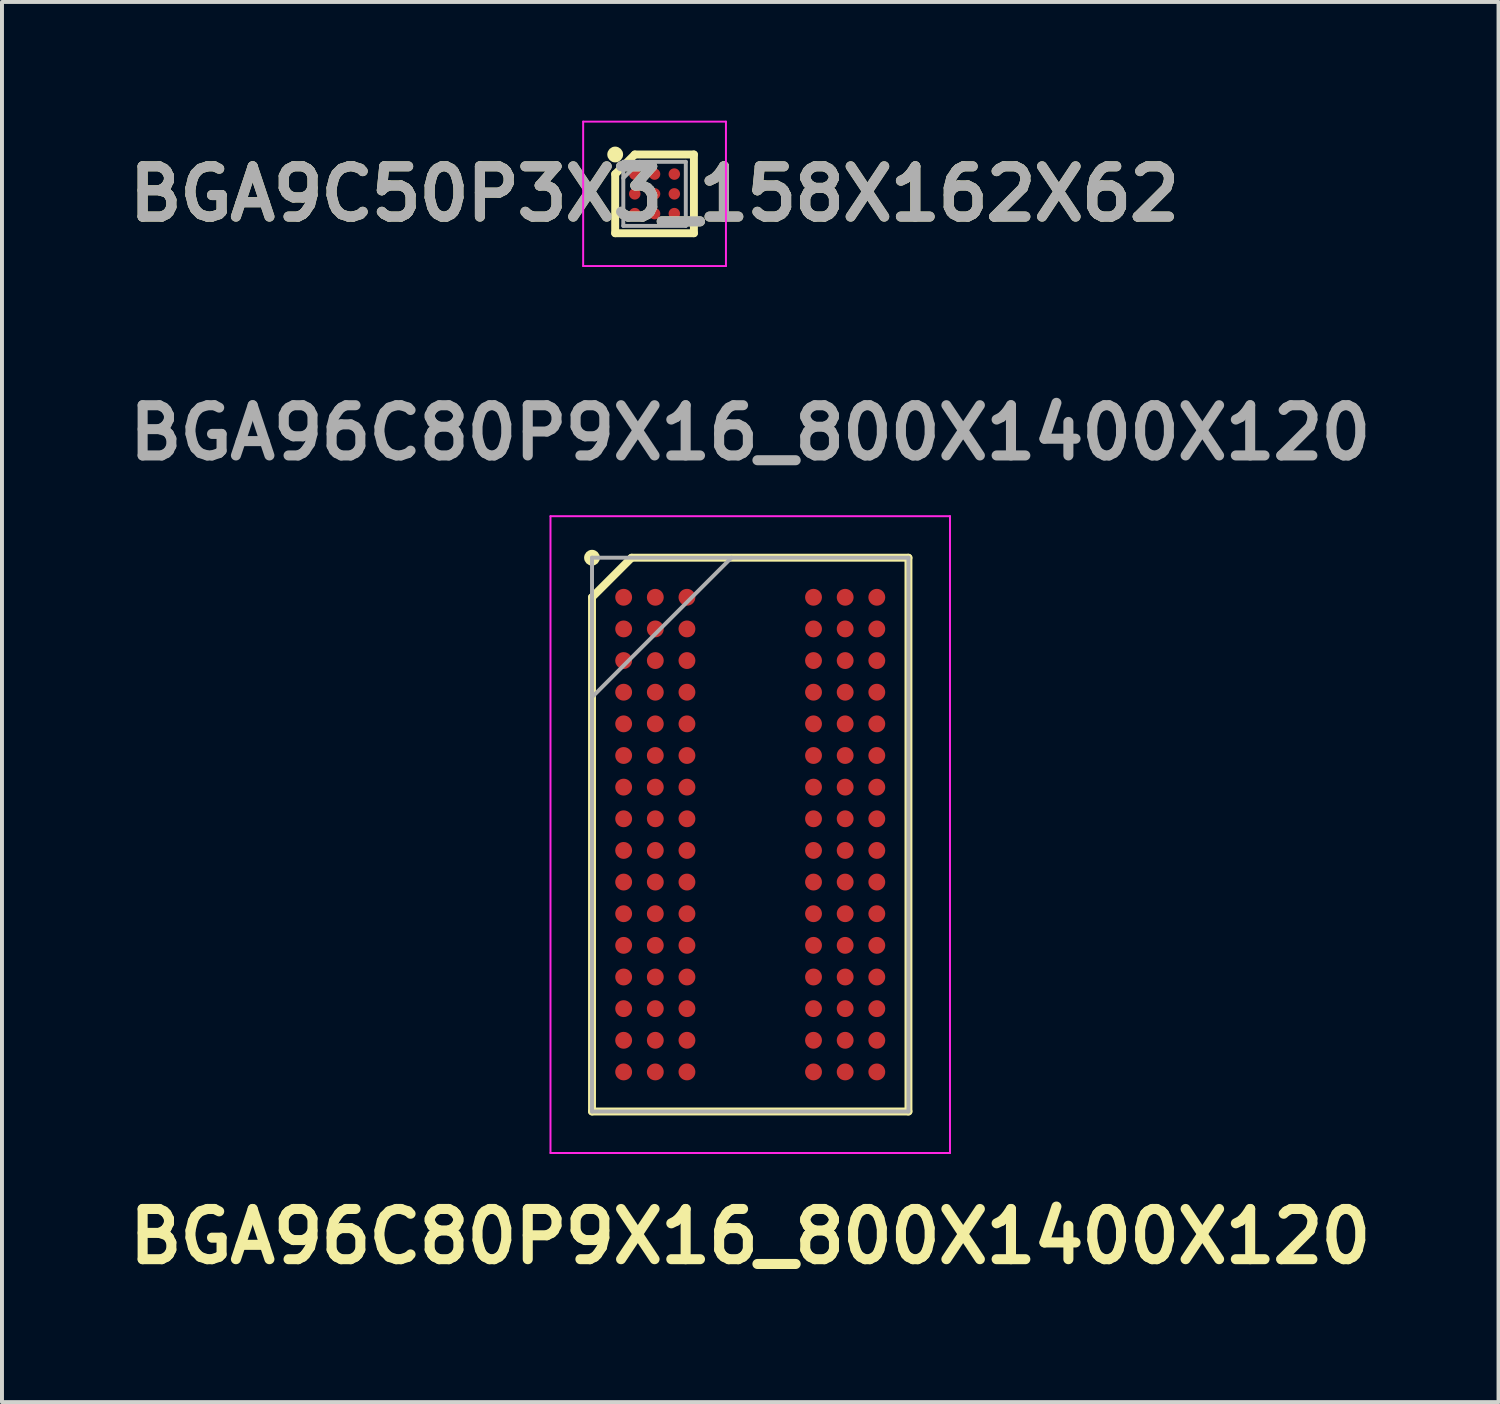
<source format=kicad_pcb>
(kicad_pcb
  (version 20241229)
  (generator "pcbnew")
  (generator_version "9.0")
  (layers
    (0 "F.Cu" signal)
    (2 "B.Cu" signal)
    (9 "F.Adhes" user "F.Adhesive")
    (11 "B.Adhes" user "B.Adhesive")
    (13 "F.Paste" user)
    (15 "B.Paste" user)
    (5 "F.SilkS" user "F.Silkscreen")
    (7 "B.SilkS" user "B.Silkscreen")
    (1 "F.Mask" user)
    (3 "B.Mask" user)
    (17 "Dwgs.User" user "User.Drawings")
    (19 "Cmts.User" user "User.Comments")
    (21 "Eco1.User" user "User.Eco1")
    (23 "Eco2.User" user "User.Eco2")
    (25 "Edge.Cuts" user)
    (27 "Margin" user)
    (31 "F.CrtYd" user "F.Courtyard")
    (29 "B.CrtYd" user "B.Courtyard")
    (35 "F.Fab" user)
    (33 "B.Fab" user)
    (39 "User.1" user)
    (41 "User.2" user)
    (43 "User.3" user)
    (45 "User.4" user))
  (footprint "BGA96C80P9X16_800X1400X120"
    (layer "F.Cu")
    (at 15.917 18.05)
    (property "Reference" "BGA96C80P9X16_800X1400X120" (at 0 10.16 0) (layer "F.SilkS") (effects (font (size 1.27 1.27) (thickness 0.254))))
    (attr smd)
    (fp_line (start -4 -6) (end -3 -7) (stroke (width 0.2) (type solid)) (layer "F.SilkS"))
    (fp_line (start -4 7) (end -4 -6) (stroke (width 0.2) (type solid)) (layer "F.SilkS"))
    (fp_line (start -3 -7) (end 4 -7) (stroke (width 0.2) (type solid)) (layer "F.SilkS"))
    (fp_line (start 4 -7) (end 4 7) (stroke (width 0.2) (type solid)) (layer "F.SilkS"))
    (fp_line (start 4 7) (end -4 7) (stroke (width 0.2) (type solid)) (layer "F.SilkS"))
    (fp_circle (center -4 -7) (end -4 -6.9) (stroke (width 0.2) (type solid)) (fill no) (layer "F.SilkS"))
    (fp_line (start -5.05 -8.05) (end 5.05 -8.05) (stroke (width 0.05) (type solid)) (layer "F.CrtYd"))
    (fp_line (start -5.05 8.05) (end -5.05 -8.05) (stroke (width 0.05) (type solid)) (layer "F.CrtYd"))
    (fp_line (start 5.05 -8.05) (end 5.05 8.05) (stroke (width 0.05) (type solid)) (layer "F.CrtYd"))
    (fp_line (start 5.05 8.05) (end -5.05 8.05) (stroke (width 0.05) (type solid)) (layer "F.CrtYd"))
    (fp_line (start -4 -7) (end 4 -7) (stroke (width 0.1) (type solid)) (layer "F.Fab"))
    (fp_line (start -4 -3.475) (end -0.475 -7) (stroke (width 0.1) (type solid)) (layer "F.Fab"))
    (fp_line (start -4 7) (end -4 -7) (stroke (width 0.1) (type solid)) (layer "F.Fab"))
    (fp_line (start 4 -7) (end 4 7) (stroke (width 0.1) (type solid)) (layer "F.Fab"))
    (fp_line (start 4 7) (end -4 7) (stroke (width 0.1) (type solid)) (layer "F.Fab"))
    (fp_text user "${REFERENCE}" (at 0 -10.16 0) (layer "F.Fab") (effects (font (size 1.27 1.27) (thickness 0.254))))
    (pad "A1" smd circle (at -3.2 -6 90) (size 0.426 0.426) (layers "F.Cu" "F.Mask" "F.Paste"))
    (pad "A2" smd circle (at -2.4 -6 90) (size 0.426 0.426) (layers "F.Cu" "F.Mask" "F.Paste"))
    (pad "A3" smd circle (at -1.6 -6 90) (size 0.426 0.426) (layers "F.Cu" "F.Mask" "F.Paste"))
    (pad "A7" smd circle (at 1.6 -6 90) (size 0.426 0.426) (layers "F.Cu" "F.Mask" "F.Paste"))
    (pad "A8" smd circle (at 2.4 -6 90) (size 0.426 0.426) (layers "F.Cu" "F.Mask" "F.Paste"))
    (pad "A9" smd circle (at 3.2 -6 90) (size 0.426 0.426) (layers "F.Cu" "F.Mask" "F.Paste"))
    (pad "B1" smd circle (at -3.2 -5.2 90) (size 0.426 0.426) (layers "F.Cu" "F.Mask" "F.Paste"))
    (pad "B2" smd circle (at -2.4 -5.2 90) (size 0.426 0.426) (layers "F.Cu" "F.Mask" "F.Paste"))
    (pad "B3" smd circle (at -1.6 -5.2 90) (size 0.426 0.426) (layers "F.Cu" "F.Mask" "F.Paste"))
    (pad "B7" smd circle (at 1.6 -5.2 90) (size 0.426 0.426) (layers "F.Cu" "F.Mask" "F.Paste"))
    (pad "B8" smd circle (at 2.4 -5.2 90) (size 0.426 0.426) (layers "F.Cu" "F.Mask" "F.Paste"))
    (pad "B9" smd circle (at 3.2 -5.2 90) (size 0.426 0.426) (layers "F.Cu" "F.Mask" "F.Paste"))
    (pad "C1" smd circle (at -3.2 -4.4 90) (size 0.426 0.426) (layers "F.Cu" "F.Mask" "F.Paste"))
    (pad "C2" smd circle (at -2.4 -4.4 90) (size 0.426 0.426) (layers "F.Cu" "F.Mask" "F.Paste"))
    (pad "C3" smd circle (at -1.6 -4.4 90) (size 0.426 0.426) (layers "F.Cu" "F.Mask" "F.Paste"))
    (pad "C7" smd circle (at 1.6 -4.4 90) (size 0.426 0.426) (layers "F.Cu" "F.Mask" "F.Paste"))
    (pad "C8" smd circle (at 2.4 -4.4 90) (size 0.426 0.426) (layers "F.Cu" "F.Mask" "F.Paste"))
    (pad "C9" smd circle (at 3.2 -4.4 90) (size 0.426 0.426) (layers "F.Cu" "F.Mask" "F.Paste"))
    (pad "D1" smd circle (at -3.2 -3.6 90) (size 0.426 0.426) (layers "F.Cu" "F.Mask" "F.Paste"))
    (pad "D2" smd circle (at -2.4 -3.6 90) (size 0.426 0.426) (layers "F.Cu" "F.Mask" "F.Paste"))
    (pad "D3" smd circle (at -1.6 -3.6 90) (size 0.426 0.426) (layers "F.Cu" "F.Mask" "F.Paste"))
    (pad "D7" smd circle (at 1.6 -3.6 90) (size 0.426 0.426) (layers "F.Cu" "F.Mask" "F.Paste"))
    (pad "D8" smd circle (at 2.4 -3.6 90) (size 0.426 0.426) (layers "F.Cu" "F.Mask" "F.Paste"))
    (pad "D9" smd circle (at 3.2 -3.6 90) (size 0.426 0.426) (layers "F.Cu" "F.Mask" "F.Paste"))
    (pad "E1" smd circle (at -3.2 -2.8 90) (size 0.426 0.426) (layers "F.Cu" "F.Mask" "F.Paste"))
    (pad "E2" smd circle (at -2.4 -2.8 90) (size 0.426 0.426) (layers "F.Cu" "F.Mask" "F.Paste"))
    (pad "E3" smd circle (at -1.6 -2.8 90) (size 0.426 0.426) (layers "F.Cu" "F.Mask" "F.Paste"))
    (pad "E7" smd circle (at 1.6 -2.8 90) (size 0.426 0.426) (layers "F.Cu" "F.Mask" "F.Paste"))
    (pad "E8" smd circle (at 2.4 -2.8 90) (size 0.426 0.426) (layers "F.Cu" "F.Mask" "F.Paste"))
    (pad "E9" smd circle (at 3.2 -2.8 90) (size 0.426 0.426) (layers "F.Cu" "F.Mask" "F.Paste"))
    (pad "F1" smd circle (at -3.2 -2 90) (size 0.426 0.426) (layers "F.Cu" "F.Mask" "F.Paste"))
    (pad "F2" smd circle (at -2.4 -2 90) (size 0.426 0.426) (layers "F.Cu" "F.Mask" "F.Paste"))
    (pad "F3" smd circle (at -1.6 -2 90) (size 0.426 0.426) (layers "F.Cu" "F.Mask" "F.Paste"))
    (pad "F7" smd circle (at 1.6 -2 90) (size 0.426 0.426) (layers "F.Cu" "F.Mask" "F.Paste"))
    (pad "F8" smd circle (at 2.4 -2 90) (size 0.426 0.426) (layers "F.Cu" "F.Mask" "F.Paste"))
    (pad "F9" smd circle (at 3.2 -2 90) (size 0.426 0.426) (layers "F.Cu" "F.Mask" "F.Paste"))
    (pad "G1" smd circle (at -3.2 -1.2 90) (size 0.426 0.426) (layers "F.Cu" "F.Mask" "F.Paste"))
    (pad "G2" smd circle (at -2.4 -1.2 90) (size 0.426 0.426) (layers "F.Cu" "F.Mask" "F.Paste"))
    (pad "G3" smd circle (at -1.6 -1.2 90) (size 0.426 0.426) (layers "F.Cu" "F.Mask" "F.Paste"))
    (pad "G7" smd circle (at 1.6 -1.2 90) (size 0.426 0.426) (layers "F.Cu" "F.Mask" "F.Paste"))
    (pad "G8" smd circle (at 2.4 -1.2 90) (size 0.426 0.426) (layers "F.Cu" "F.Mask" "F.Paste"))
    (pad "G9" smd circle (at 3.2 -1.2 90) (size 0.426 0.426) (layers "F.Cu" "F.Mask" "F.Paste"))
    (pad "H1" smd circle (at -3.2 -0.4 90) (size 0.426 0.426) (layers "F.Cu" "F.Mask" "F.Paste"))
    (pad "H2" smd circle (at -2.4 -0.4 90) (size 0.426 0.426) (layers "F.Cu" "F.Mask" "F.Paste"))
    (pad "H3" smd circle (at -1.6 -0.4 90) (size 0.426 0.426) (layers "F.Cu" "F.Mask" "F.Paste"))
    (pad "H7" smd circle (at 1.6 -0.4 90) (size 0.426 0.426) (layers "F.Cu" "F.Mask" "F.Paste"))
    (pad "H8" smd circle (at 2.4 -0.4 90) (size 0.426 0.426) (layers "F.Cu" "F.Mask" "F.Paste"))
    (pad "H9" smd circle (at 3.2 -0.4 90) (size 0.426 0.426) (layers "F.Cu" "F.Mask" "F.Paste"))
    (pad "J1" smd circle (at -3.2 0.4 90) (size 0.426 0.426) (layers "F.Cu" "F.Mask" "F.Paste"))
    (pad "J2" smd circle (at -2.4 0.4 90) (size 0.426 0.426) (layers "F.Cu" "F.Mask" "F.Paste"))
    (pad "J3" smd circle (at -1.6 0.4 90) (size 0.426 0.426) (layers "F.Cu" "F.Mask" "F.Paste"))
    (pad "J7" smd circle (at 1.6 0.4 90) (size 0.426 0.426) (layers "F.Cu" "F.Mask" "F.Paste"))
    (pad "J8" smd circle (at 2.4 0.4 90) (size 0.426 0.426) (layers "F.Cu" "F.Mask" "F.Paste"))
    (pad "J9" smd circle (at 3.2 0.4 90) (size 0.426 0.426) (layers "F.Cu" "F.Mask" "F.Paste"))
    (pad "K1" smd circle (at -3.2 1.2 90) (size 0.426 0.426) (layers "F.Cu" "F.Mask" "F.Paste"))
    (pad "K2" smd circle (at -2.4 1.2 90) (size 0.426 0.426) (layers "F.Cu" "F.Mask" "F.Paste"))
    (pad "K3" smd circle (at -1.6 1.2 90) (size 0.426 0.426) (layers "F.Cu" "F.Mask" "F.Paste"))
    (pad "K7" smd circle (at 1.6 1.2 90) (size 0.426 0.426) (layers "F.Cu" "F.Mask" "F.Paste"))
    (pad "K8" smd circle (at 2.4 1.2 90) (size 0.426 0.426) (layers "F.Cu" "F.Mask" "F.Paste"))
    (pad "K9" smd circle (at 3.2 1.2 90) (size 0.426 0.426) (layers "F.Cu" "F.Mask" "F.Paste"))
    (pad "L1" smd circle (at -3.2 2 90) (size 0.426 0.426) (layers "F.Cu" "F.Mask" "F.Paste"))
    (pad "L2" smd circle (at -2.4 2 90) (size 0.426 0.426) (layers "F.Cu" "F.Mask" "F.Paste"))
    (pad "L3" smd circle (at -1.6 2 90) (size 0.426 0.426) (layers "F.Cu" "F.Mask" "F.Paste"))
    (pad "L7" smd circle (at 1.6 2 90) (size 0.426 0.426) (layers "F.Cu" "F.Mask" "F.Paste"))
    (pad "L8" smd circle (at 2.4 2 90) (size 0.426 0.426) (layers "F.Cu" "F.Mask" "F.Paste"))
    (pad "L9" smd circle (at 3.2 2 90) (size 0.426 0.426) (layers "F.Cu" "F.Mask" "F.Paste"))
    (pad "M1" smd circle (at -3.2 2.8 90) (size 0.426 0.426) (layers "F.Cu" "F.Mask" "F.Paste"))
    (pad "M2" smd circle (at -2.4 2.8 90) (size 0.426 0.426) (layers "F.Cu" "F.Mask" "F.Paste"))
    (pad "M3" smd circle (at -1.6 2.8 90) (size 0.426 0.426) (layers "F.Cu" "F.Mask" "F.Paste"))
    (pad "M7" smd circle (at 1.6 2.8 90) (size 0.426 0.426) (layers "F.Cu" "F.Mask" "F.Paste"))
    (pad "M8" smd circle (at 2.4 2.8 90) (size 0.426 0.426) (layers "F.Cu" "F.Mask" "F.Paste"))
    (pad "M9" smd circle (at 3.2 2.8 90) (size 0.426 0.426) (layers "F.Cu" "F.Mask" "F.Paste"))
    (pad "N1" smd circle (at -3.2 3.6 90) (size 0.426 0.426) (layers "F.Cu" "F.Mask" "F.Paste"))
    (pad "N2" smd circle (at -2.4 3.6 90) (size 0.426 0.426) (layers "F.Cu" "F.Mask" "F.Paste"))
    (pad "N3" smd circle (at -1.6 3.6 90) (size 0.426 0.426) (layers "F.Cu" "F.Mask" "F.Paste"))
    (pad "N7" smd circle (at 1.6 3.6 90) (size 0.426 0.426) (layers "F.Cu" "F.Mask" "F.Paste"))
    (pad "N8" smd circle (at 2.4 3.6 90) (size 0.426 0.426) (layers "F.Cu" "F.Mask" "F.Paste"))
    (pad "N9" smd circle (at 3.2 3.6 90) (size 0.426 0.426) (layers "F.Cu" "F.Mask" "F.Paste"))
    (pad "P1" smd circle (at -3.2 4.4 90) (size 0.426 0.426) (layers "F.Cu" "F.Mask" "F.Paste"))
    (pad "P2" smd circle (at -2.4 4.4 90) (size 0.426 0.426) (layers "F.Cu" "F.Mask" "F.Paste"))
    (pad "P3" smd circle (at -1.6 4.4 90) (size 0.426 0.426) (layers "F.Cu" "F.Mask" "F.Paste"))
    (pad "P7" smd circle (at 1.6 4.4 90) (size 0.426 0.426) (layers "F.Cu" "F.Mask" "F.Paste"))
    (pad "P8" smd circle (at 2.4 4.4 90) (size 0.426 0.426) (layers "F.Cu" "F.Mask" "F.Paste"))
    (pad "P9" smd circle (at 3.2 4.4 90) (size 0.426 0.426) (layers "F.Cu" "F.Mask" "F.Paste"))
    (pad "R1" smd circle (at -3.2 5.2 90) (size 0.426 0.426) (layers "F.Cu" "F.Mask" "F.Paste"))
    (pad "R2" smd circle (at -2.4 5.2 90) (size 0.426 0.426) (layers "F.Cu" "F.Mask" "F.Paste"))
    (pad "R3" smd circle (at -1.6 5.2 90) (size 0.426 0.426) (layers "F.Cu" "F.Mask" "F.Paste"))
    (pad "R7" smd circle (at 1.6 5.2 90) (size 0.426 0.426) (layers "F.Cu" "F.Mask" "F.Paste"))
    (pad "R8" smd circle (at 2.4 5.2 90) (size 0.426 0.426) (layers "F.Cu" "F.Mask" "F.Paste"))
    (pad "R9" smd circle (at 3.2 5.2 90) (size 0.426 0.426) (layers "F.Cu" "F.Mask" "F.Paste"))
    (pad "T1" smd circle (at -3.2 6 90) (size 0.426 0.426) (layers "F.Cu" "F.Mask" "F.Paste"))
    (pad "T2" smd circle (at -2.4 6 90) (size 0.426 0.426) (layers "F.Cu" "F.Mask" "F.Paste"))
    (pad "T3" smd circle (at -1.6 6 90) (size 0.426 0.426) (layers "F.Cu" "F.Mask" "F.Paste"))
    (pad "T7" smd circle (at 1.6 6 90) (size 0.426 0.426) (layers "F.Cu" "F.Mask" "F.Paste"))
    (pad "T8" smd circle (at 2.4 6 90) (size 0.426 0.426) (layers "F.Cu" "F.Mask" "F.Paste"))
    (pad "T9" smd circle (at 3.2 6 90) (size 0.426 0.426) (layers "F.Cu" "F.Mask" "F.Paste")))
  (footprint "BGA9C50P3X3_158X162X62"
    (layer "F.Cu")
    (at 13.498 1.851)
    (property "Reference" "BGA9C50P3X3_158X162X62" (at 0 0 0) (layer "F.SilkS") (effects (font (size 1.27 1.27) (thickness 0.254))))
    (attr smd)
    (fp_line (start -0.995 -0.5) (end -0.5 -0.995) (stroke (width 0.2) (type solid)) (layer "F.SilkS"))
    (fp_line (start -0.995 0.995) (end -0.995 -0.5) (stroke (width 0.2) (type solid)) (layer "F.SilkS"))
    (fp_line (start -0.5 -0.995) (end 0.995 -0.995) (stroke (width 0.2) (type solid)) (layer "F.SilkS"))
    (fp_line (start 0.995 -0.995) (end 0.995 0.995) (stroke (width 0.2) (type solid)) (layer "F.SilkS"))
    (fp_line (start 0.995 0.995) (end -0.995 0.995) (stroke (width 0.2) (type solid)) (layer "F.SilkS"))
    (fp_circle (center -0.995 -0.995) (end -0.995 -0.895) (stroke (width 0.2) (type solid)) (fill no) (layer "F.SilkS"))
    (fp_line (start -1.805 -1.826) (end 1.805 -1.826) (stroke (width 0.05) (type solid)) (layer "F.CrtYd"))
    (fp_line (start -1.805 1.825) (end -1.805 -1.826) (stroke (width 0.05) (type solid)) (layer "F.CrtYd"))
    (fp_line (start 1.805 -1.826) (end 1.805 1.825) (stroke (width 0.05) (type solid)) (layer "F.CrtYd"))
    (fp_line (start 1.805 1.825) (end -1.805 1.825) (stroke (width 0.05) (type solid)) (layer "F.CrtYd"))
    (fp_line (start -0.79 -0.81) (end 0.79 -0.81) (stroke (width 0.1) (type solid)) (layer "F.Fab"))
    (fp_line (start -0.79 -0.398) (end -0.377 -0.811) (stroke (width 0.1) (type solid)) (layer "F.Fab"))
    (fp_line (start -0.79 0.81) (end -0.79 -0.81) (stroke (width 0.1) (type solid)) (layer "F.Fab"))
    (fp_line (start 0.79 -0.81) (end 0.79 0.81) (stroke (width 0.1) (type solid)) (layer "F.Fab"))
    (fp_line (start 0.79 0.81) (end -0.79 0.81) (stroke (width 0.1) (type solid)) (layer "F.Fab"))
    (fp_text user "${REFERENCE}" (at 0 0 0) (layer "F.Fab") (effects (font (size 1.27 1.27) (thickness 0.254))))
    (pad "A1" smd circle (at -0.5 -0.5 90) (size 0.29 0.29) (layers "F.Cu" "F.Mask" "F.Paste"))
    (pad "A2" smd circle (at 0 -0.5 90) (size 0.29 0.29) (layers "F.Cu" "F.Mask" "F.Paste"))
    (pad "A3" smd circle (at 0.5 -0.5 90) (size 0.29 0.29) (layers "F.Cu" "F.Mask" "F.Paste"))
    (pad "B1" smd circle (at -0.5 0 90) (size 0.29 0.29) (layers "F.Cu" "F.Mask" "F.Paste"))
    (pad "B2" smd circle (at 0 0 90) (size 0.29 0.29) (layers "F.Cu" "F.Mask" "F.Paste"))
    (pad "B3" smd circle (at 0.5 0 90) (size 0.29 0.29) (layers "F.Cu" "F.Mask" "F.Paste"))
    (pad "C1" smd circle (at -0.5 0.5 90) (size 0.29 0.29) (layers "F.Cu" "F.Mask" "F.Paste"))
    (pad "C2" smd circle (at 0 0.5 90) (size 0.29 0.29) (layers "F.Cu" "F.Mask" "F.Paste"))
    (pad "C3" smd circle (at 0.5 0.5 90) (size 0.29 0.29) (layers "F.Cu" "F.Mask" "F.Paste")))
  (gr_rect
    (start -3 -3)
    (end 34.835 32.398)
    (stroke (width 0.1) (type default))
    (fill no)
    (layer "Edge.Cuts")))
</source>
